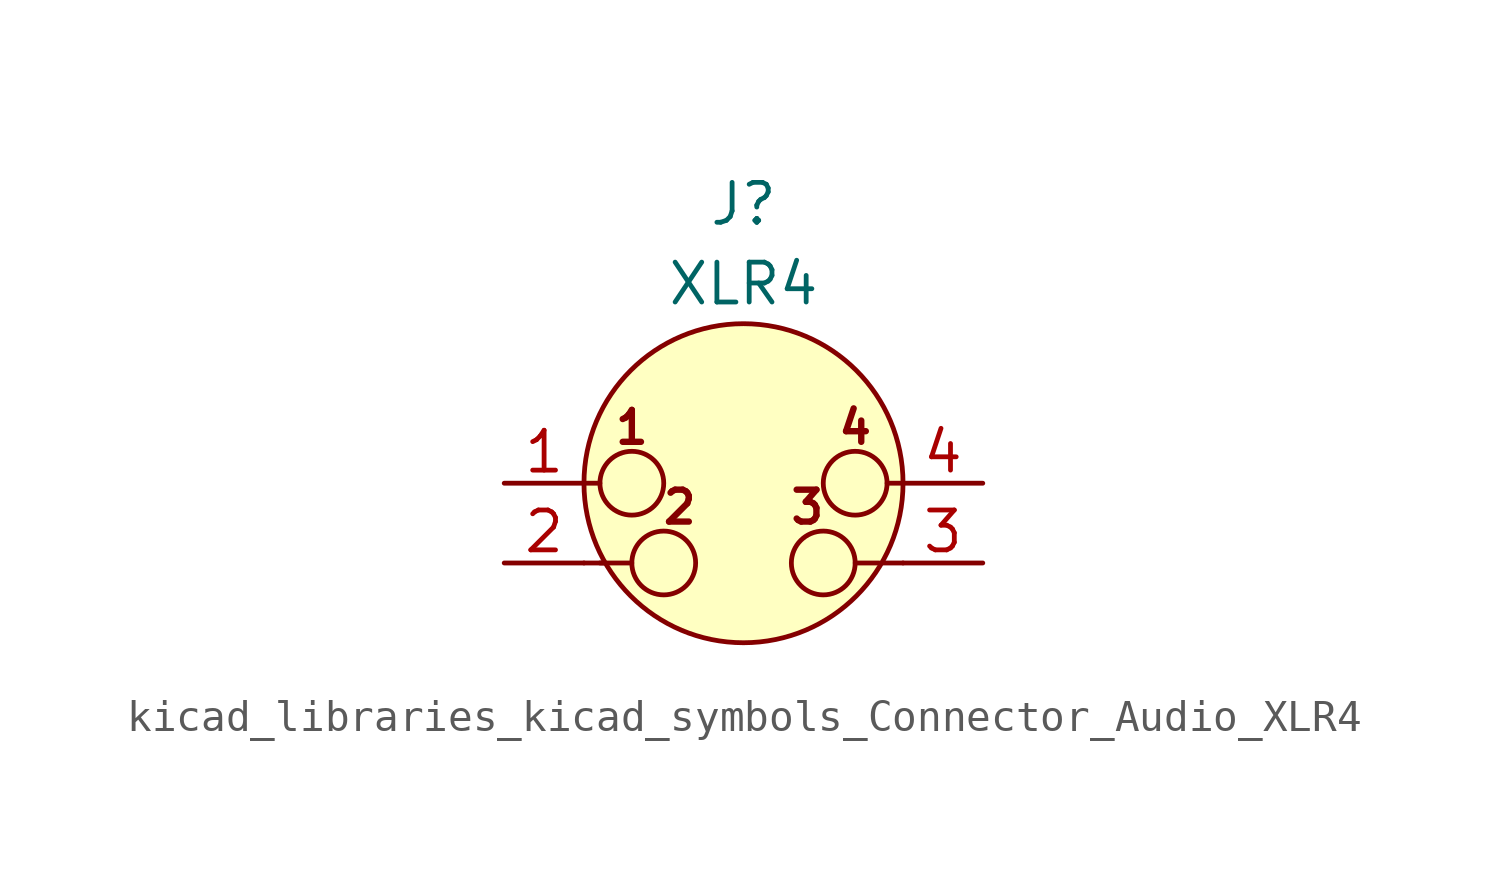
<source format=kicad_sym>
(kicad_symbol_lib
  (version 20220914)
  (generator kicad_symbol_editor)
  (symbol "kicad_libraries_kicad_symbols_Connector_Audio_XLR4"
    (pin_names hide)
    (property "Reference" "J"
      (at 0 8.89 0)
      (effects (font (size 1.27 1.27))))
    (property "Value" "XLR4"
      (at 0 6.35 0)
      (effects (font (size 1.27 1.27))))
    (symbol "kicad_libraries_kicad_symbols_Connector_Audio_XLR4_0_1"
      (circle (center -3.556 0) (radius 1.016) (stroke (width 0) (type default)) (fill (type none)))
      (circle (center -2.54 -2.54) (radius 1.016) (stroke (width 0) (type default)) (fill (type none)))
      (polyline (pts (xy -5.08 -2.54) (xy -4.445 -2.54)) (stroke (width 0) (type default)) (fill (type none)))
      (polyline (pts (xy -5.08 0) (xy -4.572 0)) (stroke (width 0) (type default)) (fill (type none)))
      (polyline (pts (xy -4.572 -2.54) (xy -3.556 -2.54)) (stroke (width 0) (type default)) (fill (type none)))
      (polyline (pts (xy 4.318 -2.54) (xy 3.556 -2.54)) (stroke (width 0) (type default)) (fill (type none)))
      (polyline (pts (xy 5.08 -2.54) (xy 4.445 -2.54)) (stroke (width 0) (type default)) (fill (type none)))
      (polyline (pts (xy 5.08 0) (xy 4.572 0)) (stroke (width 0) (type default)) (fill (type none)))
      (circle (center 0 0) (radius 5.08) (stroke (width 0) (type default)) (fill (type background)))
      (circle (center 2.54 -2.54) (radius 1.016) (stroke (width 0) (type default)) (fill (type none)))
      (circle (center 3.556 0) (radius 1.016) (stroke (width 0) (type default)) (fill (type none)))
      (text "1" (at -3.556 1.778 0) (effects (font (size 1.016 1.016) bold)))
      (text "2" (at -2.032 -0.762 0) (effects (font (size 1.016 1.016) bold)))
      (text "3" (at 2.032 -0.762 0) (effects (font (size 1.016 1.016) bold)))
      (text "4" (at 3.556 1.778 0) (effects (font (size 1.016 1.016) bold))))
    (symbol "kicad_libraries_kicad_symbols_Connector_Audio_XLR4_1_1"
      (pin passive line (at -7.62 0 0) (length 2.54) (name "~" (effects (font (size 1.27 1.27)))) (number "1" (effects (font (size 1.27 1.27)))))
      (pin passive line (at -7.62 -2.54 0) (length 2.54) (name "~" (effects (font (size 1.27 1.27)))) (number "2" (effects (font (size 1.27 1.27)))))
      (pin passive line (at 7.62 -2.54 180) (length 2.54) (name "~" (effects (font (size 1.27 1.27)))) (number "3" (effects (font (size 1.27 1.27)))))
      (pin passive line (at 7.62 0 180) (length 2.54) (name "~" (effects (font (size 1.27 1.27)))) (number "4" (effects (font (size 1.27 1.27))))))))
</source>
